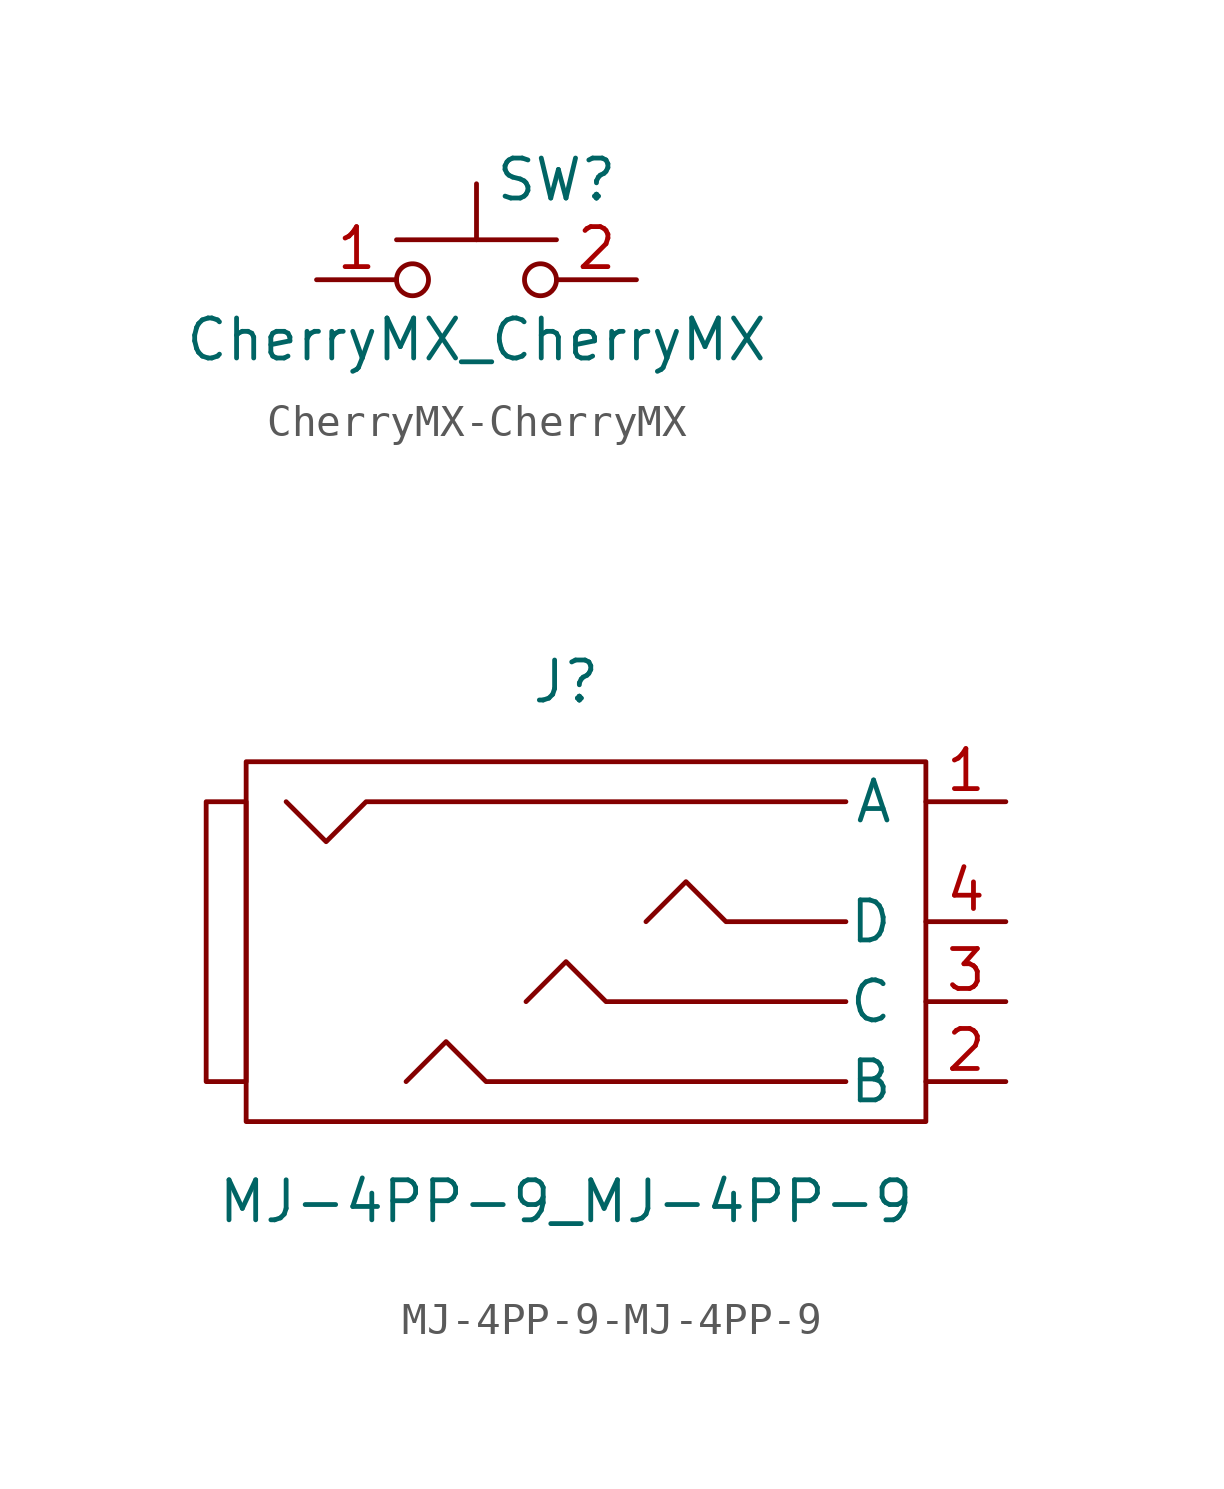
<source format=kicad_sym>
(kicad_symbol_lib
  (version 20220914)
  (generator kicad_symbol_editor)
  (symbol "CherryMX-CherryMX"
    (pin_names
      (offset 0.254))
    (property "Reference" "SW"
      (at 2.54 3.175 0)
      (effects (font (size 1.27 1.27))))
    (property "Value" "CherryMX_CherryMX"
      (at 0 -1.905 0)
      (effects (font (size 1.27 1.27))))
    (symbol "CherryMX-CherryMX_1_1"
      (circle (center -2.032 0) (radius 0.508) (stroke (width 0) (type solid)) (fill (type none)))
      (polyline (pts (xy 0 1.27) (xy 0 3.048)) (stroke (width 0) (type solid)) (fill (type none)))
      (polyline (pts (xy 2.54 1.27) (xy -2.54 1.27)) (stroke (width 0) (type solid)) (fill (type none)))
      (circle (center 2.032 0) (radius 0.508) (stroke (width 0) (type solid)) (fill (type none)))
      (pin passive line (at -5.08 0 0) (length 2.54) (name "~" (effects (font (size 1.27 1.27)))) (number "1" (effects (font (size 1.27 1.27)))))
      (pin passive line (at 5.08 0 180) (length 2.54) (name "~" (effects (font (size 1.27 1.27)))) (number "2" (effects (font (size 1.27 1.27)))))))
  (symbol "MJ-4PP-9-MJ-4PP-9"
    (pin_names
      (offset 1.016))
    (property "Reference" "J"
      (at 0 7.62 0)
      (effects (font (size 1.27 1.27))))
    (property "Value" "MJ-4PP-9_MJ-4PP-9"
      (at 0 -8.89 0)
      (effects (font (size 1.27 1.27))))
    (symbol "MJ-4PP-9-MJ-4PP-9_0_1"
      (rectangle (start -10.16 3.81) (end -11.43 -5.08) (stroke (width 0) (type solid)) (fill (type none)))
      (polyline (pts (xy 8.89 -5.08) (xy -2.54 -5.08) (xy -3.81 -3.81) (xy -5.08 -5.08)) (stroke (width 0) (type solid)) (fill (type none)))
      (polyline (pts (xy 8.89 -2.54) (xy 1.27 -2.54) (xy 0 -1.27) (xy -1.27 -2.54)) (stroke (width 0) (type solid)) (fill (type none)))
      (polyline (pts (xy 8.89 0) (xy 5.08 0) (xy 3.81 1.27) (xy 2.54 0)) (stroke (width 0) (type solid)) (fill (type none)))
      (polyline (pts (xy 8.89 3.81) (xy -6.35 3.81) (xy -7.62 2.54) (xy -8.89 3.81)) (stroke (width 0) (type solid)) (fill (type none)))
      (rectangle (start 11.43 5.08) (end -10.16 -6.35) (stroke (width 0) (type solid)) (fill (type none))))
    (symbol "MJ-4PP-9-MJ-4PP-9_1_1"
      (pin input line (at 13.97 3.81 180) (length 2.54) (name "A" (effects (font (size 1.27 1.27)))) (number "1" (effects (font (size 1.27 1.27)))))
      (pin input line (at 13.97 -5.08 180) (length 2.54) (name "B" (effects (font (size 1.27 1.27)))) (number "2" (effects (font (size 1.27 1.27)))))
      (pin input line (at 13.97 -2.54 180) (length 2.54) (name "C" (effects (font (size 1.27 1.27)))) (number "3" (effects (font (size 1.27 1.27)))))
      (pin input line (at 13.97 0 180) (length 2.54) (name "D" (effects (font (size 1.27 1.27)))) (number "4" (effects (font (size 1.27 1.27))))))))
</source>
